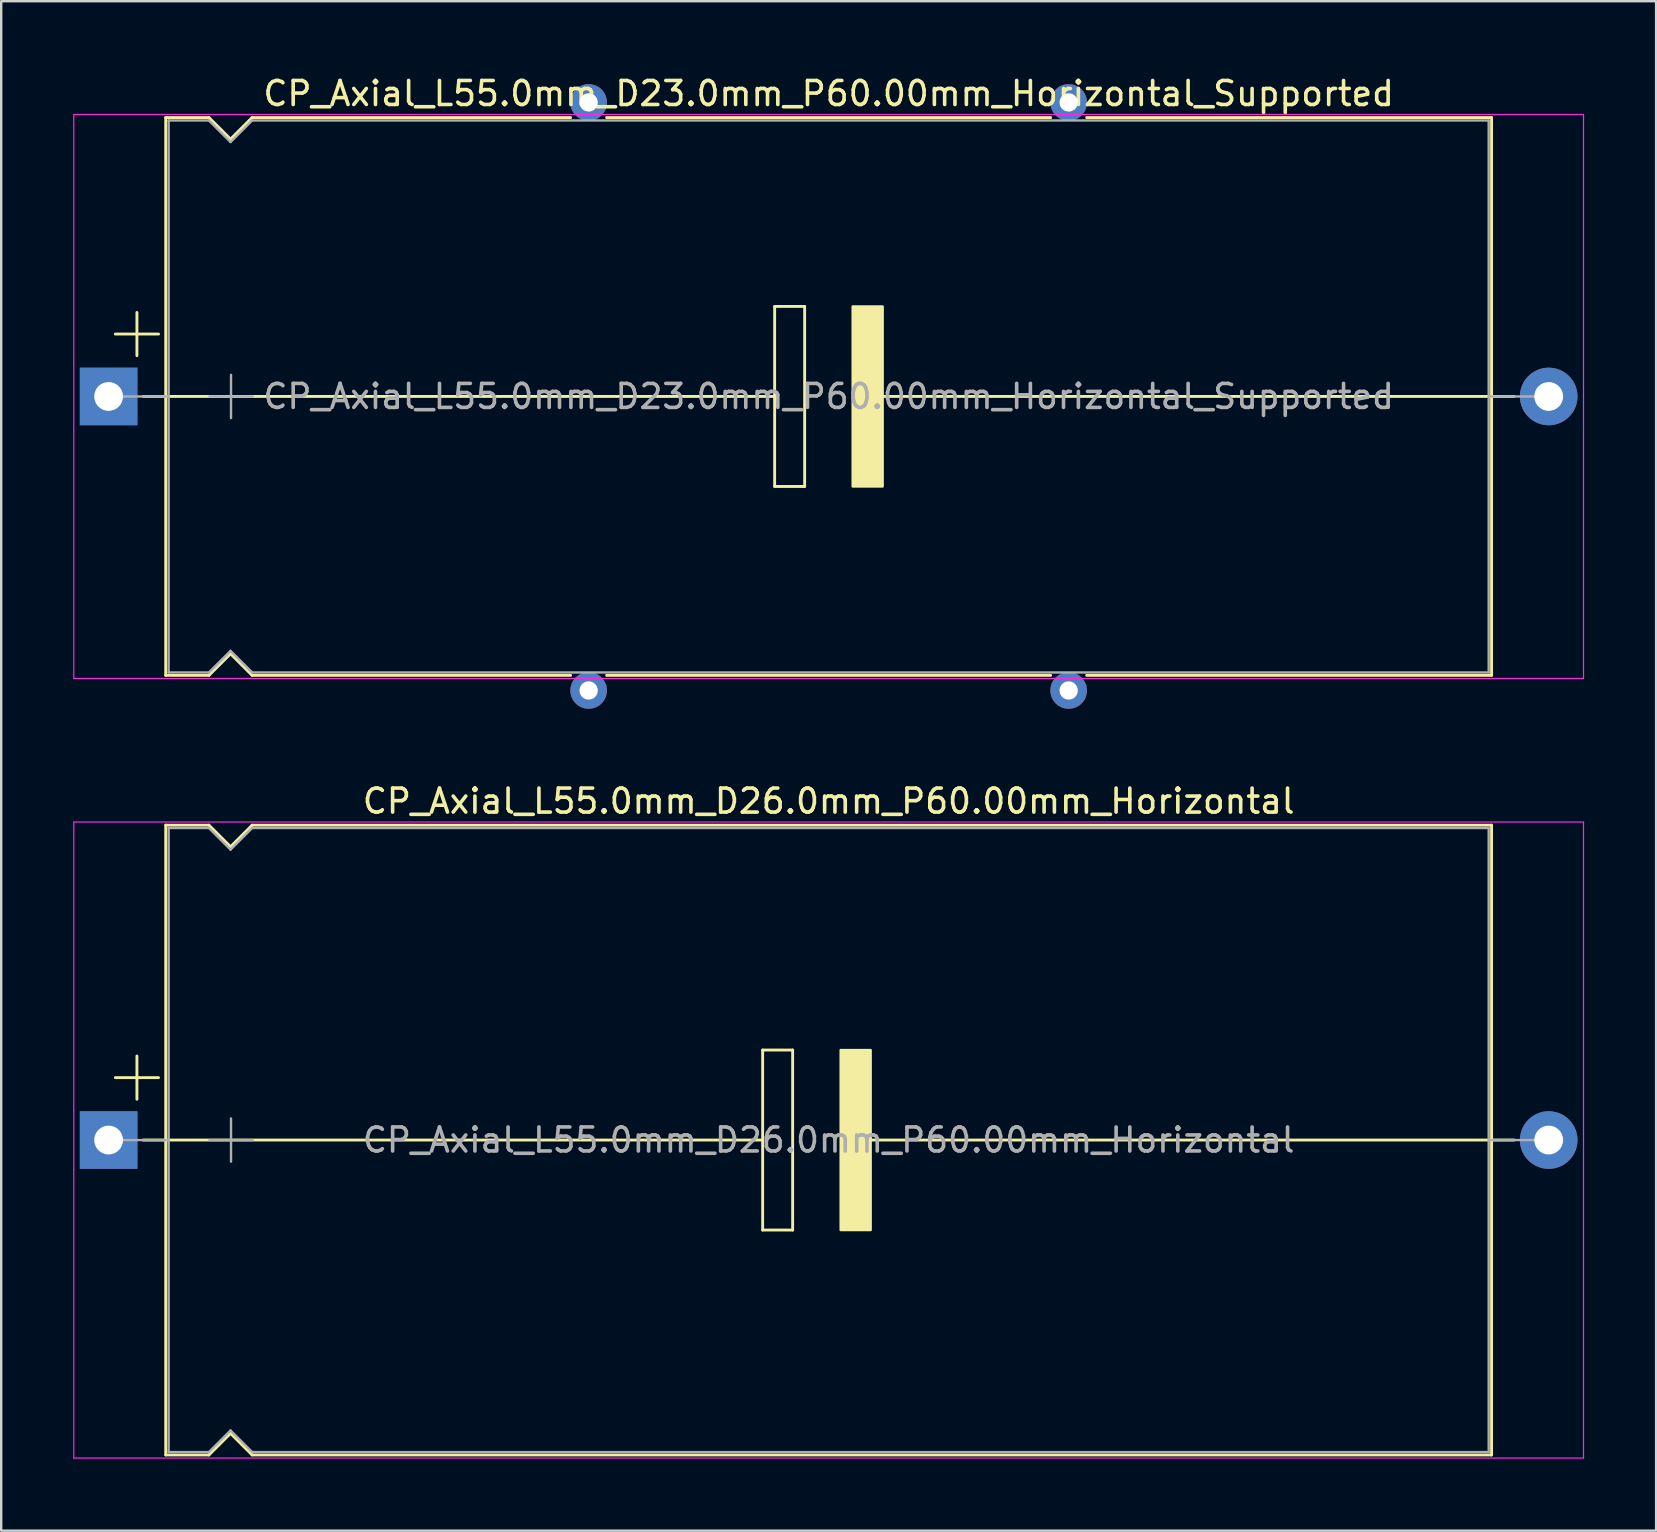
<source format=kicad_pcb>
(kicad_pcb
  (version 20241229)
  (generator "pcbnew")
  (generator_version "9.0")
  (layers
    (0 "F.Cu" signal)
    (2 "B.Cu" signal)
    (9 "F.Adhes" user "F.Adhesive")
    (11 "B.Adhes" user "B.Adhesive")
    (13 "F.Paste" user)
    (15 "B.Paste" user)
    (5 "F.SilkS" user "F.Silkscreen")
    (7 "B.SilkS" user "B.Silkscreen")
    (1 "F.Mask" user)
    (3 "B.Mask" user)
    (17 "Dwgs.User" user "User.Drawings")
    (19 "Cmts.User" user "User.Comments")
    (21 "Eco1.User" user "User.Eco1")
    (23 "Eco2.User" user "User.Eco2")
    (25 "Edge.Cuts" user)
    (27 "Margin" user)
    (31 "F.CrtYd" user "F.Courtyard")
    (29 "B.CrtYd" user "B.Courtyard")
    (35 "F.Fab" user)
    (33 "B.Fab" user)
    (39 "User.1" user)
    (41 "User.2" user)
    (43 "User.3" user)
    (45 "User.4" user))
  (footprint "CP_Axial_L55.0mm_D26.0mm_P60.00mm_Horizontal"
    (layer "F.Cu")
    (at 1.475 44.449)
    (property "Reference" "CP_Axial_L55.0mm_D26.0mm_P60.00mm_Horizontal" (at 30 -14.12 0) (layer "F.SilkS") (effects (font (size 1 1) (thickness 0.15))))
    (attr through_hole)
    (fp_line (start 0.28 -2.6) (end 2.08 -2.6) (stroke (width 0.12) (type solid)) (layer "F.SilkS"))
    (fp_line (start 1.18 -3.5) (end 1.18 -1.7) (stroke (width 0.12) (type solid)) (layer "F.SilkS"))
    (fp_line (start 1.44 0) (end 2.38 0) (stroke (width 0.12) (type solid)) (layer "F.SilkS"))
    (fp_line (start 2.38 -13.12) (end 2.38 13.12) (stroke (width 0.12) (type solid)) (layer "F.SilkS"))
    (fp_line (start 2.38 -13.12) (end 4.18 -13.12) (stroke (width 0.12) (type solid)) (layer "F.SilkS"))
    (fp_line (start 2.38 0) (end 27.25 0) (stroke (width 0.12) (type solid)) (layer "F.SilkS"))
    (fp_line (start 2.38 13.12) (end 4.18 13.12) (stroke (width 0.12) (type solid)) (layer "F.SilkS"))
    (fp_line (start 4.18 -13.12) (end 5.08 -12.22) (stroke (width 0.12) (type solid)) (layer "F.SilkS"))
    (fp_line (start 4.18 13.12) (end 5.08 12.22) (stroke (width 0.12) (type solid)) (layer "F.SilkS"))
    (fp_line (start 5.08 -12.22) (end 5.98 -13.12) (stroke (width 0.12) (type solid)) (layer "F.SilkS"))
    (fp_line (start 5.08 12.22) (end 5.98 13.12) (stroke (width 0.12) (type solid)) (layer "F.SilkS"))
    (fp_line (start 5.98 -13.12) (end 57.62 -13.12) (stroke (width 0.12) (type solid)) (layer "F.SilkS"))
    (fp_line (start 5.98 13.12) (end 57.62 13.12) (stroke (width 0.12) (type solid)) (layer "F.SilkS"))
    (fp_line (start 27.25 -3.75) (end 28.5 -3.75) (stroke (width 0.12) (type solid)) (layer "F.SilkS"))
    (fp_line (start 27.25 0) (end 27.25 -3.75) (stroke (width 0.12) (type solid)) (layer "F.SilkS"))
    (fp_line (start 27.25 3.75) (end 27.25 0) (stroke (width 0.12) (type solid)) (layer "F.SilkS"))
    (fp_line (start 28.5 -3.75) (end 28.5 3.75) (stroke (width 0.12) (type solid)) (layer "F.SilkS"))
    (fp_line (start 28.5 3.75) (end 27.25 3.75) (stroke (width 0.12) (type solid)) (layer "F.SilkS"))
    (fp_line (start 31.75 0) (end 57.62 0) (stroke (width 0.12) (type solid)) (layer "F.SilkS"))
    (fp_line (start 57.62 -13.12) (end 57.62 13.12) (stroke (width 0.12) (type solid)) (layer "F.SilkS"))
    (fp_line (start 58.56 0) (end 57.62 0) (stroke (width 0.12) (type solid)) (layer "F.SilkS"))
    (fp_poly (pts (xy 31.75 3.75) (xy 30.5 3.75) (xy 30.5 -3.75) (xy 31.75 -3.75)) (stroke (width 0.1) (type solid)) (fill yes) (layer "F.SilkS"))
    (fp_line (start -1.45 -13.25) (end -1.45 13.25) (stroke (width 0.05) (type solid)) (layer "F.CrtYd"))
    (fp_line (start -1.45 13.25) (end 61.45 13.25) (stroke (width 0.05) (type solid)) (layer "F.CrtYd"))
    (fp_line (start 61.45 -13.25) (end -1.45 -13.25) (stroke (width 0.05) (type solid)) (layer "F.CrtYd"))
    (fp_line (start 61.45 13.25) (end 61.45 -13.25) (stroke (width 0.05) (type solid)) (layer "F.CrtYd"))
    (fp_line (start 0 0) (end 2.5 0) (stroke (width 0.1) (type solid)) (layer "F.Fab"))
    (fp_line (start 2.5 -13) (end 2.5 13) (stroke (width 0.1) (type solid)) (layer "F.Fab"))
    (fp_line (start 2.5 -13) (end 4.18 -13) (stroke (width 0.1) (type solid)) (layer "F.Fab"))
    (fp_line (start 2.5 13) (end 4.18 13) (stroke (width 0.1) (type solid)) (layer "F.Fab"))
    (fp_line (start 4.18 -13) (end 5.08 -12.1) (stroke (width 0.1) (type solid)) (layer "F.Fab"))
    (fp_line (start 4.18 13) (end 5.08 12.1) (stroke (width 0.1) (type solid)) (layer "F.Fab"))
    (fp_line (start 4.2 0) (end 6 0) (stroke (width 0.1) (type solid)) (layer "F.Fab"))
    (fp_line (start 5.08 -12.1) (end 5.98 -13) (stroke (width 0.1) (type solid)) (layer "F.Fab"))
    (fp_line (start 5.08 12.1) (end 5.98 13) (stroke (width 0.1) (type solid)) (layer "F.Fab"))
    (fp_line (start 5.1 -0.9) (end 5.1 0.9) (stroke (width 0.1) (type solid)) (layer "F.Fab"))
    (fp_line (start 5.98 -13) (end 57.5 -13) (stroke (width 0.1) (type solid)) (layer "F.Fab"))
    (fp_line (start 5.98 13) (end 57.5 13) (stroke (width 0.1) (type solid)) (layer "F.Fab"))
    (fp_line (start 57.5 -13) (end 57.5 13) (stroke (width 0.1) (type solid)) (layer "F.Fab"))
    (fp_line (start 60 0) (end 57.5 0) (stroke (width 0.1) (type solid)) (layer "F.Fab"))
    (fp_text user "${REFERENCE}" (at 30 0 0) (layer "F.Fab") (effects (font (size 1 1) (thickness 0.15))))
    (pad "1" thru_hole rect (at 0 0) (size 2.4 2.4) (drill 1.2) (layers "*.Cu" "*.Mask"))
    (pad "2" thru_hole oval (at 60 0) (size 2.4 2.4) (drill 1.2) (layers "*.Cu" "*.Mask")))
  (footprint "CP_Axial_L55.0mm_D23.0mm_P60.00mm_Horizontal_Supported"
    (layer "F.Cu")
    (at 1.475 13.468)
    (property "Reference" "CP_Axial_L55.0mm_D23.0mm_P60.00mm_Horizontal_Supported" (at 30 -12.62 0) (layer "F.SilkS") (effects (font (size 1 1) (thickness 0.15))))
    (attr through_hole)
    (fp_line (start 0.28 -2.6) (end 2.08 -2.6) (stroke (width 0.12) (type solid)) (layer "F.SilkS"))
    (fp_line (start 1.18 -3.5) (end 1.18 -1.7) (stroke (width 0.12) (type solid)) (layer "F.SilkS"))
    (fp_line (start 1.44 0) (end 2.38 0) (stroke (width 0.12) (type solid)) (layer "F.SilkS"))
    (fp_line (start 2.38 -11.62) (end 2.38 11.62) (stroke (width 0.12) (type solid)) (layer "F.SilkS"))
    (fp_line (start 2.38 -11.62) (end 4.18 -11.62) (stroke (width 0.12) (type solid)) (layer "F.SilkS"))
    (fp_line (start 2.38 0) (end 27.75 0) (stroke (width 0.12) (type solid)) (layer "F.SilkS"))
    (fp_line (start 2.38 11.62) (end 4.18 11.62) (stroke (width 0.12) (type solid)) (layer "F.SilkS"))
    (fp_line (start 4.18 -11.62) (end 5.08 -10.72) (stroke (width 0.12) (type solid)) (layer "F.SilkS"))
    (fp_line (start 4.18 11.62) (end 5.08 10.72) (stroke (width 0.12) (type solid)) (layer "F.SilkS"))
    (fp_line (start 5.08 -10.72) (end 5.98 -11.62) (stroke (width 0.12) (type solid)) (layer "F.SilkS"))
    (fp_line (start 5.08 10.72) (end 5.98 11.62) (stroke (width 0.12) (type solid)) (layer "F.SilkS"))
    (fp_line (start 5.98 -11.62) (end 19.25 -11.62) (stroke (width 0.12) (type solid)) (layer "F.SilkS"))
    (fp_line (start 5.98 11.62) (end 19.25 11.62) (stroke (width 0.12) (type solid)) (layer "F.SilkS"))
    (fp_line (start 20.75 -11.62) (end 39.25 -11.62) (stroke (width 0.12) (type solid)) (layer "F.SilkS"))
    (fp_line (start 20.75 11.62) (end 39.25 11.62) (stroke (width 0.12) (type solid)) (layer "F.SilkS"))
    (fp_line (start 27.75 -3.75) (end 29 -3.75) (stroke (width 0.12) (type solid)) (layer "F.SilkS"))
    (fp_line (start 27.75 0) (end 27.75 -3.75) (stroke (width 0.12) (type solid)) (layer "F.SilkS"))
    (fp_line (start 27.75 3.75) (end 27.75 0) (stroke (width 0.12) (type solid)) (layer "F.SilkS"))
    (fp_line (start 29 -3.75) (end 29 3.75) (stroke (width 0.12) (type solid)) (layer "F.SilkS"))
    (fp_line (start 29 3.75) (end 27.75 3.75) (stroke (width 0.12) (type solid)) (layer "F.SilkS"))
    (fp_line (start 31.75 0) (end 57.62 0) (stroke (width 0.12) (type solid)) (layer "F.SilkS"))
    (fp_line (start 40.75 -11.62) (end 57.62 -11.62) (stroke (width 0.12) (type solid)) (layer "F.SilkS"))
    (fp_line (start 40.75 11.62) (end 57.62 11.62) (stroke (width 0.12) (type solid)) (layer "F.SilkS"))
    (fp_line (start 57.62 -11.62) (end 57.62 11.62) (stroke (width 0.12) (type solid)) (layer "F.SilkS"))
    (fp_line (start 58.56 0) (end 57.62 0) (stroke (width 0.12) (type solid)) (layer "F.SilkS"))
    (fp_poly (pts (xy 32.25 3.75) (xy 31 3.75) (xy 31 -3.75) (xy 32.25 -3.75)) (stroke (width 0.1) (type solid)) (fill yes) (layer "F.SilkS"))
    (fp_line (start -1.45 -11.75) (end -1.45 11.75) (stroke (width 0.05) (type solid)) (layer "F.CrtYd"))
    (fp_line (start -1.45 11.75) (end 61.45 11.75) (stroke (width 0.05) (type solid)) (layer "F.CrtYd"))
    (fp_line (start 61.45 -11.75) (end -1.45 -11.75) (stroke (width 0.05) (type solid)) (layer "F.CrtYd"))
    (fp_line (start 61.45 11.75) (end 61.45 -11.75) (stroke (width 0.05) (type solid)) (layer "F.CrtYd"))
    (fp_line (start 0 0) (end 2.5 0) (stroke (width 0.1) (type solid)) (layer "F.Fab"))
    (fp_line (start 2.5 -11.5) (end 2.5 11.5) (stroke (width 0.1) (type solid)) (layer "F.Fab"))
    (fp_line (start 2.5 -11.5) (end 4.18 -11.5) (stroke (width 0.1) (type solid)) (layer "F.Fab"))
    (fp_line (start 2.5 11.5) (end 4.18 11.5) (stroke (width 0.1) (type solid)) (layer "F.Fab"))
    (fp_line (start 4.18 -11.5) (end 5.08 -10.6) (stroke (width 0.1) (type solid)) (layer "F.Fab"))
    (fp_line (start 4.18 11.5) (end 5.08 10.6) (stroke (width 0.1) (type solid)) (layer "F.Fab"))
    (fp_line (start 4.2 0) (end 6 0) (stroke (width 0.1) (type solid)) (layer "F.Fab"))
    (fp_line (start 5.08 -10.6) (end 5.98 -11.5) (stroke (width 0.1) (type solid)) (layer "F.Fab"))
    (fp_line (start 5.08 10.6) (end 5.98 11.5) (stroke (width 0.1) (type solid)) (layer "F.Fab"))
    (fp_line (start 5.1 -0.9) (end 5.1 0.9) (stroke (width 0.1) (type solid)) (layer "F.Fab"))
    (fp_line (start 5.98 -11.5) (end 57.5 -11.5) (stroke (width 0.1) (type solid)) (layer "F.Fab"))
    (fp_line (start 5.98 11.5) (end 57.5 11.5) (stroke (width 0.1) (type solid)) (layer "F.Fab"))
    (fp_line (start 57.5 -11.5) (end 57.5 11.5) (stroke (width 0.1) (type solid)) (layer "F.Fab"))
    (fp_line (start 60 0) (end 57.5 0) (stroke (width 0.1) (type solid)) (layer "F.Fab"))
    (fp_text user "${REFERENCE}" (at 30 0 0) (layer "F.Fab") (effects (font (size 1 1) (thickness 0.15))))
    (pad "" thru_hole circle (at 20 -12.25) (size 1.524 1.524) (drill 0.762) (layers "*.Cu" "*.Mask"))
    (pad "" thru_hole circle (at 20 12.25) (size 1.524 1.524) (drill 0.762) (layers "*.Cu" "*.Mask"))
    (pad "" thru_hole circle (at 40 -12.25) (size 1.524 1.524) (drill 0.762) (layers "*.Cu" "*.Mask"))
    (pad "" thru_hole circle (at 40 12.25) (size 1.524 1.524) (drill 0.762) (layers "*.Cu" "*.Mask"))
    (pad "1" thru_hole rect (at 0 0) (size 2.4 2.4) (drill 1.2) (layers "*.Cu" "*.Mask"))
    (pad "2" thru_hole oval (at 60 0) (size 2.4 2.4) (drill 1.2) (layers "*.Cu" "*.Mask")))
  (gr_rect
    (start -3 -3)
    (end 65.95 60.724)
    (stroke (width 0.1) (type default))
    (fill no)
    (layer "Edge.Cuts")))
</source>
